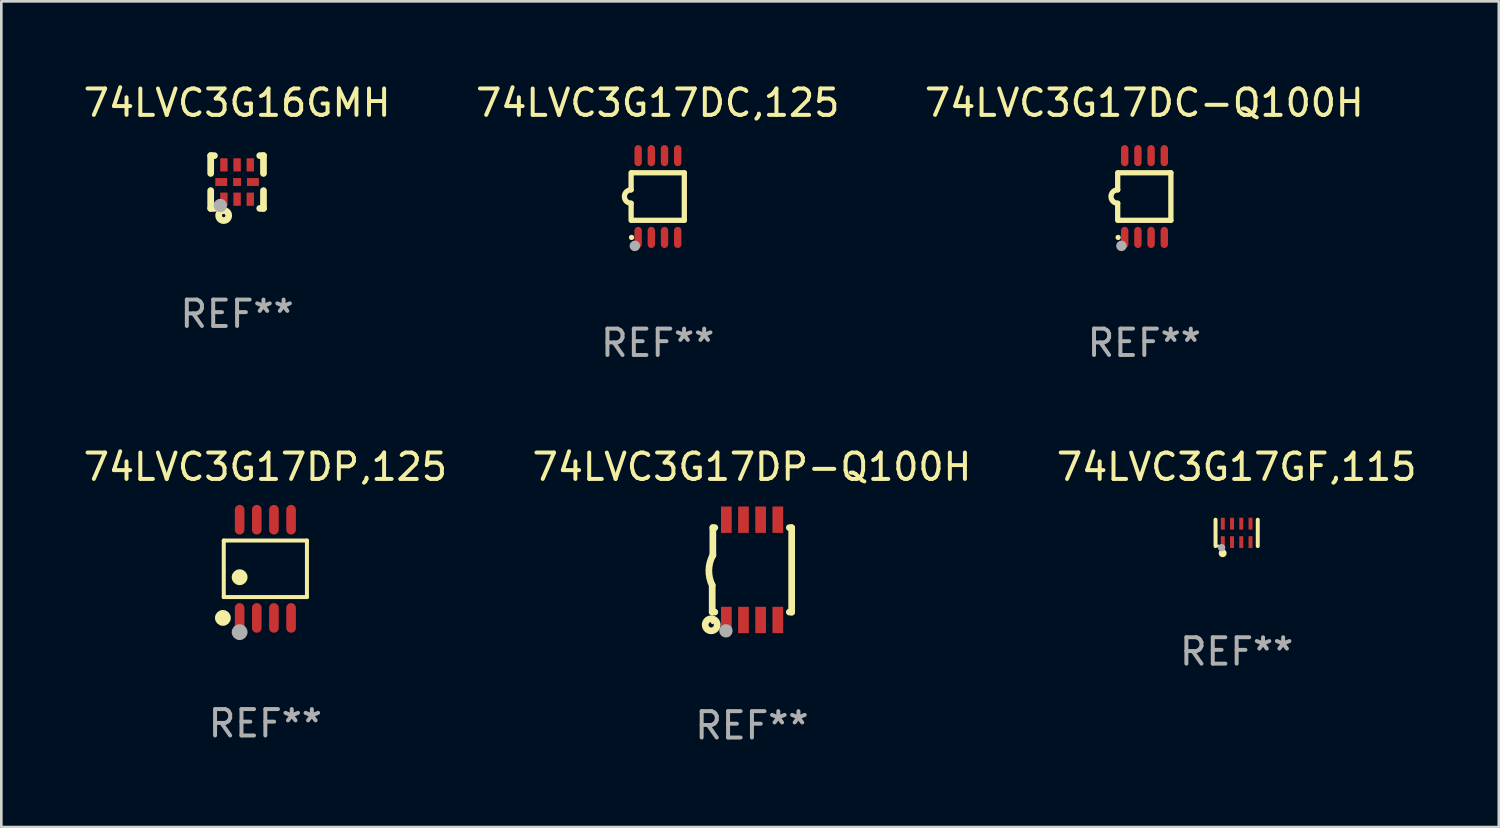
<source format=kicad_pcb>
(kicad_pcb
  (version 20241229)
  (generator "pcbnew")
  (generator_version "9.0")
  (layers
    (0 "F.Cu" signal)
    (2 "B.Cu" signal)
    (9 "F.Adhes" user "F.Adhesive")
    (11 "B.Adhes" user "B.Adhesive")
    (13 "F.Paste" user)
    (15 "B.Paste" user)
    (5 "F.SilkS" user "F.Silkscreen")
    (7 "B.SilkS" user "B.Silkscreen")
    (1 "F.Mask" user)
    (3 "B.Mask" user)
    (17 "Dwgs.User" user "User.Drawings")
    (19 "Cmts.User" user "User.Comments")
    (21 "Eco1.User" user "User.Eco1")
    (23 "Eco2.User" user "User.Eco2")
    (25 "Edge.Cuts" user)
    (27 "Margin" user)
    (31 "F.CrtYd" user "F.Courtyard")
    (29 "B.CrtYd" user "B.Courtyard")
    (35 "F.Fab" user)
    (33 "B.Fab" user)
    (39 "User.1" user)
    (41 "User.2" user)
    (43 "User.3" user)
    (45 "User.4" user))
  (footprint "74LVC3G17DC-Q100H"
    (layer "F.Cu")
    (at 40.315 4.398)
    (property "Reference" "74LVC3G17DC-Q100H" (at 0 -3.55 0) (layer "F.SilkS") (effects (font (size 1 1) (thickness 0.15))))
    (attr through_hole)
    (fp_line (start -1.008 -0.254) (end -1.008 -0.9) (stroke (width 0.2) (type solid)) (layer "F.SilkS"))
    (fp_line (start -1.008 0.254) (end -1.008 0.9) (stroke (width 0.2) (type solid)) (layer "F.SilkS"))
    (fp_line (start -0.992 0.9) (end 1.008 0.9) (stroke (width 0.2) (type solid)) (layer "F.SilkS"))
    (fp_line (start 1.008 -0.9) (end -0.992 -0.9) (stroke (width 0.2) (type solid)) (layer "F.SilkS"))
    (fp_line (start 1.008 0.9) (end 1.008 -0.9) (stroke (width 0.2) (type solid)) (layer "F.SilkS"))
    (fp_arc (start -1.008001 0.254001) (mid -1.262002 0) (end -1.008001 -0.254001) (stroke (width 0.2) (type solid)) (layer "F.SilkS"))
    (fp_circle (center -0.992 1.55) (end -0.942 1.55) (stroke (width 0.1) (type solid)) (fill no) (layer "F.SilkS"))
    (fp_circle (center -0.866 1.87) (end -0.766 1.87) (stroke (width 0.2) (type solid)) (fill no) (layer "F.Fab"))
    (fp_text user "REF**" (at 0 5.55 0) (layer "F.Fab") (effects (font (size 1 1) (thickness 0.15))))
    (pad "1" smd oval (at -0.742 1.55 270) (size 0.8 0.28) (layers "F.Cu" "F.Mask" "F.Paste"))
    (pad "2" smd oval (at -0.242 1.55 270) (size 0.8 0.28) (layers "F.Cu" "F.Mask" "F.Paste"))
    (pad "3" smd oval (at 0.258 1.55 270) (size 0.8 0.28) (layers "F.Cu" "F.Mask" "F.Paste"))
    (pad "4" smd oval (at 0.758 1.55 270) (size 0.8 0.28) (layers "F.Cu" "F.Mask" "F.Paste"))
    (pad "5" smd oval (at 0.758 -1.55 270) (size 0.8 0.28) (layers "F.Cu" "F.Mask" "F.Paste"))
    (pad "6" smd oval (at 0.258 -1.55 270) (size 0.8 0.28) (layers "F.Cu" "F.Mask" "F.Paste"))
    (pad "7" smd oval (at -0.242 -1.55 270) (size 0.8 0.28) (layers "F.Cu" "F.Mask" "F.Paste"))
    (pad "8" smd oval (at -0.742 -1.55 270) (size 0.8 0.28) (layers "F.Cu" "F.Mask" "F.Paste")))
  (footprint "74LVC3G17DC,125"
    (layer "F.Cu")
    (at 21.875 4.398)
    (property "Reference" "74LVC3G17DC,125" (at 0 -3.55 0) (layer "F.SilkS") (effects (font (size 1 1) (thickness 0.15))))
    (attr through_hole)
    (fp_line (start -1.008 -0.254) (end -1.008 -0.9) (stroke (width 0.2) (type solid)) (layer "F.SilkS"))
    (fp_line (start -1.008 0.254) (end -1.008 0.9) (stroke (width 0.2) (type solid)) (layer "F.SilkS"))
    (fp_line (start -0.992 0.9) (end 1.008 0.9) (stroke (width 0.2) (type solid)) (layer "F.SilkS"))
    (fp_line (start 1.008 -0.9) (end -0.992 -0.9) (stroke (width 0.2) (type solid)) (layer "F.SilkS"))
    (fp_line (start 1.008 0.9) (end 1.008 -0.9) (stroke (width 0.2) (type solid)) (layer "F.SilkS"))
    (fp_arc (start -1.008001 0.254001) (mid -1.262002 0) (end -1.008001 -0.254001) (stroke (width 0.2) (type solid)) (layer "F.SilkS"))
    (fp_circle (center -0.992 1.55) (end -0.942 1.55) (stroke (width 0.1) (type solid)) (fill no) (layer "F.SilkS"))
    (fp_circle (center -0.866 1.87) (end -0.766 1.87) (stroke (width 0.2) (type solid)) (fill no) (layer "F.Fab"))
    (fp_text user "REF**" (at 0 5.55 0) (layer "F.Fab") (effects (font (size 1 1) (thickness 0.15))))
    (pad "1" smd oval (at -0.742 1.55 270) (size 0.8 0.28) (layers "F.Cu" "F.Mask" "F.Paste"))
    (pad "2" smd oval (at -0.242 1.55 270) (size 0.8 0.28) (layers "F.Cu" "F.Mask" "F.Paste"))
    (pad "3" smd oval (at 0.258 1.55 270) (size 0.8 0.28) (layers "F.Cu" "F.Mask" "F.Paste"))
    (pad "4" smd oval (at 0.758 1.55 270) (size 0.8 0.28) (layers "F.Cu" "F.Mask" "F.Paste"))
    (pad "5" smd oval (at 0.758 -1.55 270) (size 0.8 0.28) (layers "F.Cu" "F.Mask" "F.Paste"))
    (pad "6" smd oval (at 0.258 -1.55 270) (size 0.8 0.28) (layers "F.Cu" "F.Mask" "F.Paste"))
    (pad "7" smd oval (at -0.242 -1.55 270) (size 0.8 0.28) (layers "F.Cu" "F.Mask" "F.Paste"))
    (pad "8" smd oval (at -0.742 -1.55 270) (size 0.8 0.28) (layers "F.Cu" "F.Mask" "F.Paste")))
  (footprint "74LVC3G17DP,125"
    (layer "F.Cu")
    (at 7.006 18.506)
    (property "Reference" "74LVC3G17DP,125" (at 0 -3.861 0) (layer "F.SilkS") (effects (font (size 1 1) (thickness 0.15))))
    (attr through_hole)
    (fp_line (start -1.576 -1.071) (end 1.576 -1.071) (stroke (width 0.152) (type solid)) (layer "F.SilkS"))
    (fp_line (start -1.576 1.071) (end -1.576 -1.071) (stroke (width 0.152) (type solid)) (layer "F.SilkS"))
    (fp_line (start 1.576 -1.071) (end 1.576 1.071) (stroke (width 0.152) (type solid)) (layer "F.SilkS"))
    (fp_line (start 1.576 1.071) (end -1.576 1.071) (stroke (width 0.152) (type solid)) (layer "F.SilkS"))
    (fp_circle (center -1.609 1.861) (end -1.459 1.861) (stroke (width 0.3) (type solid)) (fill no) (layer "F.SilkS"))
    (fp_circle (center -1.5 2) (end -1.47 2) (stroke (width 0.06) (type solid)) (fill no) (layer "F.SilkS"))
    (fp_circle (center -0.975 0.319) (end -0.825 0.319) (stroke (width 0.3) (type solid)) (fill no) (layer "F.SilkS"))
    (fp_circle (center -0.975 2.4) (end -0.825 2.4) (stroke (width 0.3) (type solid)) (fill no) (layer "F.Fab"))
    (fp_text user "REF**" (at 0 5.861 0) (layer "F.Fab") (effects (font (size 1 1) (thickness 0.15))))
    (pad "1" smd oval (at -0.975 1.861) (size 0.364 1.122) (layers "F.Cu" "F.Mask" "F.Paste"))
    (pad "2" smd oval (at -0.325 1.861) (size 0.364 1.122) (layers "F.Cu" "F.Mask" "F.Paste"))
    (pad "3" smd oval (at 0.325 1.861) (size 0.364 1.122) (layers "F.Cu" "F.Mask" "F.Paste"))
    (pad "4" smd oval (at 0.975 1.861) (size 0.364 1.122) (layers "F.Cu" "F.Mask" "F.Paste"))
    (pad "5" smd oval (at 0.975 -1.861) (size 0.364 1.122) (layers "F.Cu" "F.Mask" "F.Paste"))
    (pad "6" smd oval (at 0.325 -1.861) (size 0.364 1.122) (layers "F.Cu" "F.Mask" "F.Paste"))
    (pad "7" smd oval (at -0.325 -1.861) (size 0.364 1.122) (layers "F.Cu" "F.Mask" "F.Paste"))
    (pad "8" smd oval (at -0.975 -1.861) (size 0.364 1.122) (layers "F.Cu" "F.Mask" "F.Paste")))
  (footprint "74LVC3G17GF,115"
    (layer "F.Cu")
    (at 43.815 17.145)
    (property "Reference" "74LVC3G17GF,115" (at 0 -2.5 0) (layer "F.SilkS") (effects (font (size 1 1) (thickness 0.15))))
    (attr through_hole)
    (fp_line (start -0.8 -0.5) (end -0.8 0.5) (stroke (width 0.15) (type solid)) (layer "F.SilkS"))
    (fp_line (start 0.8 -0.5) (end 0.8 0.5) (stroke (width 0.15) (type solid)) (layer "F.SilkS"))
    (fp_circle (center -0.7 0.5) (end -0.67 0.5) (stroke (width 0.06) (type solid)) (fill no) (layer "F.SilkS"))
    (fp_circle (center -0.53 0.77) (end -0.454 0.77) (stroke (width 0.15) (type solid)) (fill no) (layer "F.SilkS"))
    (fp_circle (center -0.57 0.56) (end -0.5 0.56) (stroke (width 0.14) (type solid)) (fill no) (layer "F.Fab"))
    (fp_text user "REF**" (at 0 4.5 0) (layer "F.Fab") (effects (font (size 1 1) (thickness 0.15))))
    (pad "1" smd rect (at -0.525 0.35) (size 0.15 0.45) (layers "F.Cu" "F.Mask" "F.Paste"))
    (pad "2" smd rect (at -0.175 0.35) (size 0.15 0.45) (layers "F.Cu" "F.Mask" "F.Paste"))
    (pad "3" smd rect (at 0.175 0.35) (size 0.15 0.45) (layers "F.Cu" "F.Mask" "F.Paste"))
    (pad "4" smd rect (at 0.525 0.35) (size 0.15 0.45) (layers "F.Cu" "F.Mask" "F.Paste"))
    (pad "5" smd rect (at 0.525 -0.35) (size 0.15 0.45) (layers "F.Cu" "F.Mask" "F.Paste"))
    (pad "6" smd rect (at 0.175 -0.35) (size 0.15 0.45) (layers "F.Cu" "F.Mask" "F.Paste"))
    (pad "7" smd rect (at -0.175 -0.35) (size 0.15 0.45) (layers "F.Cu" "F.Mask" "F.Paste"))
    (pad "8" smd rect (at -0.525 -0.35) (size 0.15 0.45) (layers "F.Cu" "F.Mask" "F.Paste")))
  (footprint "74LVC3G16GMH"
    (layer "F.Cu")
    (at 5.935 3.848)
    (property "Reference" "74LVC3G16GMH" (at 0 -3 0) (layer "F.SilkS") (effects (font (size 1 1) (thickness 0.15))))
    (attr through_hole)
    (fp_line (start -1 -1) (end -0.858 -1) (stroke (width 0.254) (type solid)) (layer "F.SilkS"))
    (fp_line (start -1 -0.325) (end -1 -1) (stroke (width 0.254) (type solid)) (layer "F.SilkS"))
    (fp_line (start -1 1) (end -1 0.325) (stroke (width 0.254) (type solid)) (layer "F.SilkS"))
    (fp_line (start -0.858 1) (end -1 1) (stroke (width 0.254) (type solid)) (layer "F.SilkS"))
    (fp_line (start 0.858 -1) (end 1 -1) (stroke (width 0.254) (type solid)) (layer "F.SilkS"))
    (fp_line (start 1 -1) (end 1 -0.325) (stroke (width 0.254) (type solid)) (layer "F.SilkS"))
    (fp_line (start 1 0.325) (end 1 1) (stroke (width 0.254) (type solid)) (layer "F.SilkS"))
    (fp_line (start 1 1) (end 0.858 1) (stroke (width 0.254) (type solid)) (layer "F.SilkS"))
    (fp_circle (center -0.8 0.8) (end -0.77 0.8) (stroke (width 0.06) (type solid)) (fill no) (layer "F.SilkS"))
    (fp_circle (center -0.508 1.27) (end -0.444 1.27) (stroke (width 0.254) (type solid)) (fill no) (layer "F.SilkS"))
    (fp_circle (center -0.635 0.889) (end -0.508 0.889) (stroke (width 0.254) (type solid)) (fill no) (layer "F.Fab"))
    (fp_text user "REF**" (at 0 5 0) (layer "F.Fab") (effects (font (size 1 1) (thickness 0.15))))
    (pad "1" smd rect (at -0.5 0.65 90) (size 0.5 0.28) (layers "F.Cu" "F.Mask" "F.Paste"))
    (pad "2" smd rect (at 0.000013 0.65 90) (size 0.5 0.28) (layers "F.Cu" "F.Mask" "F.Paste"))
    (pad "3" smd rect (at 0.5 0.65 90) (size 0.5 0.28) (layers "F.Cu" "F.Mask" "F.Paste"))
    (pad "4" smd rect (at 0.6 0.000076 180) (size 0.45 0.3) (layers "F.Cu" "F.Mask" "F.Paste"))
    (pad "5" smd rect (at 0.5 -0.65 90) (size 0.5 0.28) (layers "F.Cu" "F.Mask" "F.Paste"))
    (pad "6" smd rect (at 0.000013 -0.65 90) (size 0.5 0.28) (layers "F.Cu" "F.Mask" "F.Paste"))
    (pad "7" smd rect (at -0.5 -0.65 90) (size 0.5 0.28) (layers "F.Cu" "F.Mask" "F.Paste"))
    (pad "8" smd rect (at -0.6 0.000076 180) (size 0.45 0.3) (layers "F.Cu" "F.Mask" "F.Paste"))
    (pad "9" smd rect (at 0.000013 0.000076 180) (size 0.3 0.3) (layers "F.Cu" "F.Mask" "F.Paste")))
  (footprint "74LVC3G17DP-Q100H"
    (layer "F.Cu")
    (at 25.446 18.545)
    (property "Reference" "74LVC3G17DP-Q100H" (at 0 -3.9 0) (layer "F.SilkS") (effects (font (size 1 1) (thickness 0.15))))
    (attr through_hole)
    (fp_line (start -1.506 1.6) (end -1.506 0.584) (stroke (width 0.254) (type solid)) (layer "F.SilkS"))
    (fp_line (start -1.506 1.6) (end -1.407 1.6) (stroke (width 0.254) (type solid)) (layer "F.SilkS"))
    (fp_line (start -1.481 -1.599) (end -1.481 -0.549) (stroke (width 0.254) (type solid)) (layer "F.SilkS"))
    (fp_line (start -1.481 -1.599) (end -1.407 -1.599) (stroke (width 0.254) (type solid)) (layer "F.SilkS"))
    (fp_line (start 1.417 -1.599) (end 1.506 -1.599) (stroke (width 0.254) (type solid)) (layer "F.SilkS"))
    (fp_line (start 1.417 1.6) (end 1.506 1.6) (stroke (width 0.254) (type solid)) (layer "F.SilkS"))
    (fp_line (start 1.506 1.603) (end 1.506 -1.595) (stroke (width 0.254) (type solid)) (layer "F.SilkS"))
    (fp_arc (start -1.506223 0.584328) (mid -1.632455 0.00974) (end -1.480823 -0.558674) (stroke (width 0.254001) (type solid)) (layer "F.SilkS"))
    (fp_circle (center -1.544 2.083) (end -1.443 2.083) (stroke (width 0.254) (type solid)) (fill no) (layer "F.SilkS"))
    (fp_circle (center -1.495 2) (end -1.465 2) (stroke (width 0.06) (type solid)) (fill no) (layer "F.SilkS"))
    (fp_circle (center -0.986 2.312) (end -0.859 2.312) (stroke (width 0.254) (type solid)) (fill no) (layer "F.Fab"))
    (fp_text user "REF**" (at 0 5.9 0) (layer "F.Fab") (effects (font (size 1 1) (thickness 0.15))))
    (pad "1" smd rect (at -0.97 1.9 90) (size 1 0.406) (layers "F.Cu" "F.Mask" "F.Paste"))
    (pad "2" smd rect (at -0.32 1.9 90) (size 1 0.406) (layers "F.Cu" "F.Mask" "F.Paste"))
    (pad "3" smd rect (at 0.33 1.9 90) (size 1 0.406) (layers "F.Cu" "F.Mask" "F.Paste"))
    (pad "4" smd rect (at 0.98 1.9 90) (size 1 0.406) (layers "F.Cu" "F.Mask" "F.Paste"))
    (pad "5" smd rect (at 0.98 -1.9 90) (size 1 0.406) (layers "F.Cu" "F.Mask" "F.Paste"))
    (pad "6" smd rect (at 0.33 -1.9 90) (size 1 0.406) (layers "F.Cu" "F.Mask" "F.Paste"))
    (pad "7" smd rect (at -0.32 -1.9 90) (size 1 0.406) (layers "F.Cu" "F.Mask" "F.Paste"))
    (pad "8" smd rect (at -0.97 -1.9 90) (size 1 0.406) (layers "F.Cu" "F.Mask" "F.Paste")))
  (gr_rect
    (start -3 -3)
    (end 53.75 28.293)
    (stroke (width 0.1) (type default))
    (fill no)
    (layer "Edge.Cuts")))
</source>
